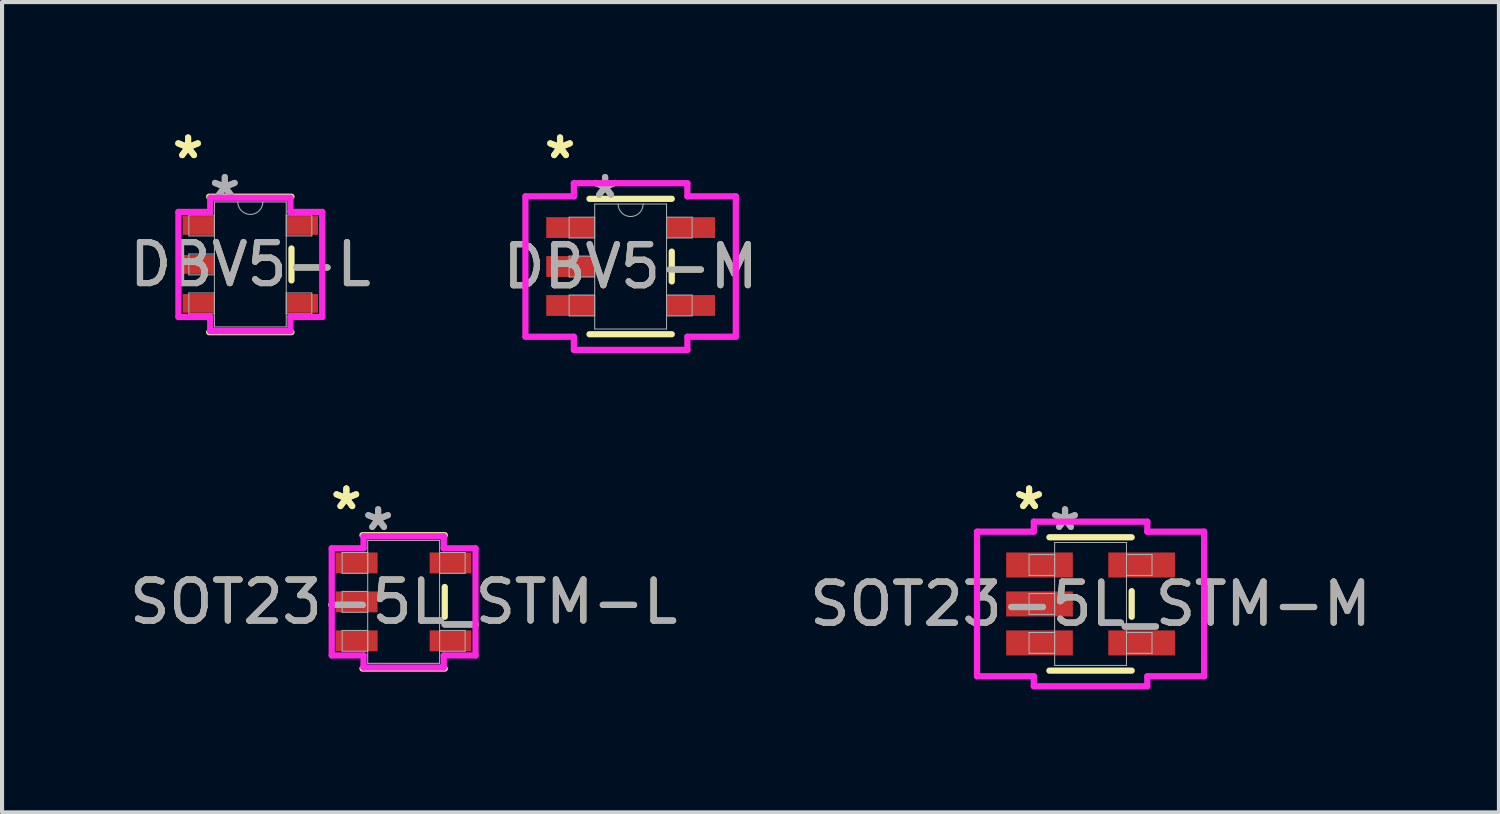
<source format=kicad_pcb>
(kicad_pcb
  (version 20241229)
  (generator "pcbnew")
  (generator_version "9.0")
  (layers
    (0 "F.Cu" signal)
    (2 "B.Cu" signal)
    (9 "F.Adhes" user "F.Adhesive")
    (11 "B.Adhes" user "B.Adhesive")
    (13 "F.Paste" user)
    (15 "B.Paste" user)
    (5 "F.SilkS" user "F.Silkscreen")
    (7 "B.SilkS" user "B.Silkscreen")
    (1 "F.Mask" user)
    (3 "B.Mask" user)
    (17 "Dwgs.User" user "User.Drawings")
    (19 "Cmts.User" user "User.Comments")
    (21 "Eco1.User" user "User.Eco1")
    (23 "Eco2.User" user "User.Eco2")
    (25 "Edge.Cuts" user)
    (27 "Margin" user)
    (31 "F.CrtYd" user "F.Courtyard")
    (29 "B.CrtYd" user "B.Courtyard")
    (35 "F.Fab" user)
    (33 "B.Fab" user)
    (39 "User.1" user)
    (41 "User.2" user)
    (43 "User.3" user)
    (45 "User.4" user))
  (footprint "DBV5-L"
    (layer "F.Cu")
    (at 3.054 3.398)
    (property "Reference" "DBV5-L" (at 0 0 0) (unlocked yes) (layer "F.SilkS") (effects (font (size 1 1) (thickness 0.15))))
    (attr smd)
    (fp_line (start -1.003 1.651) (end 1.003 1.651) (stroke (width 0.152) (type solid)) (layer "F.SilkS"))
    (fp_line (start 1.003 -1.651) (end -1.003 -1.651) (stroke (width 0.152) (type solid)) (layer "F.SilkS"))
    (fp_line (start 1.003 0.389) (end 1.003 -0.389) (stroke (width 0.152) (type solid)) (layer "F.SilkS"))
    (fp_line (start -1.753 -1.28) (end -0.978 -1.28) (stroke (width 0.152) (type solid)) (layer "F.CrtYd"))
    (fp_line (start -1.753 1.28) (end -1.753 -1.28) (stroke (width 0.152) (type solid)) (layer "F.CrtYd"))
    (fp_line (start -0.978 -1.626) (end 0.978 -1.626) (stroke (width 0.152) (type solid)) (layer "F.CrtYd"))
    (fp_line (start -0.978 -1.28) (end -0.978 -1.626) (stroke (width 0.152) (type solid)) (layer "F.CrtYd"))
    (fp_line (start -0.978 1.28) (end -1.753 1.28) (stroke (width 0.152) (type solid)) (layer "F.CrtYd"))
    (fp_line (start -0.978 1.626) (end -0.978 1.28) (stroke (width 0.152) (type solid)) (layer "F.CrtYd"))
    (fp_line (start 0.978 -1.626) (end 0.978 -1.28) (stroke (width 0.152) (type solid)) (layer "F.CrtYd"))
    (fp_line (start 0.978 -1.28) (end 1.753 -1.28) (stroke (width 0.152) (type solid)) (layer "F.CrtYd"))
    (fp_line (start 0.978 1.28) (end 0.978 1.626) (stroke (width 0.152) (type solid)) (layer "F.CrtYd"))
    (fp_line (start 0.978 1.626) (end -0.978 1.626) (stroke (width 0.152) (type solid)) (layer "F.CrtYd"))
    (fp_line (start 1.753 -1.28) (end 1.753 1.28) (stroke (width 0.152) (type solid)) (layer "F.CrtYd"))
    (fp_line (start 1.753 1.28) (end 0.978 1.28) (stroke (width 0.152) (type solid)) (layer "F.CrtYd"))
    (fp_line (start -1.499 -1.204) (end -1.499 -0.696) (stroke (width 0.025) (type solid)) (layer "F.Fab"))
    (fp_line (start -1.499 -0.696) (end -0.876 -0.696) (stroke (width 0.025) (type solid)) (layer "F.Fab"))
    (fp_line (start -1.499 -0.254) (end -1.499 0.254) (stroke (width 0.025) (type solid)) (layer "F.Fab"))
    (fp_line (start -1.499 0.254) (end -0.876 0.254) (stroke (width 0.025) (type solid)) (layer "F.Fab"))
    (fp_line (start -1.499 0.696) (end -1.499 1.204) (stroke (width 0.025) (type solid)) (layer "F.Fab"))
    (fp_line (start -1.499 1.204) (end -0.876 1.204) (stroke (width 0.025) (type solid)) (layer "F.Fab"))
    (fp_line (start -0.876 -1.524) (end -0.876 1.524) (stroke (width 0.025) (type solid)) (layer "F.Fab"))
    (fp_line (start -0.876 -1.204) (end -1.499 -1.204) (stroke (width 0.025) (type solid)) (layer "F.Fab"))
    (fp_line (start -0.876 -0.696) (end -0.876 -1.204) (stroke (width 0.025) (type solid)) (layer "F.Fab"))
    (fp_line (start -0.876 -0.254) (end -1.499 -0.254) (stroke (width 0.025) (type solid)) (layer "F.Fab"))
    (fp_line (start -0.876 0.254) (end -0.876 -0.254) (stroke (width 0.025) (type solid)) (layer "F.Fab"))
    (fp_line (start -0.876 0.696) (end -1.499 0.696) (stroke (width 0.025) (type solid)) (layer "F.Fab"))
    (fp_line (start -0.876 1.204) (end -0.876 0.696) (stroke (width 0.025) (type solid)) (layer "F.Fab"))
    (fp_line (start -0.876 1.524) (end 0.876 1.524) (stroke (width 0.025) (type solid)) (layer "F.Fab"))
    (fp_line (start 0.876 -1.524) (end -0.876 -1.524) (stroke (width 0.025) (type solid)) (layer "F.Fab"))
    (fp_line (start 0.876 -1.204) (end 0.876 -0.696) (stroke (width 0.025) (type solid)) (layer "F.Fab"))
    (fp_line (start 0.876 -0.696) (end 1.499 -0.696) (stroke (width 0.025) (type solid)) (layer "F.Fab"))
    (fp_line (start 0.876 0.696) (end 0.876 1.204) (stroke (width 0.025) (type solid)) (layer "F.Fab"))
    (fp_line (start 0.876 1.204) (end 1.499 1.204) (stroke (width 0.025) (type solid)) (layer "F.Fab"))
    (fp_line (start 0.876 1.524) (end 0.876 -1.524) (stroke (width 0.025) (type solid)) (layer "F.Fab"))
    (fp_line (start 1.499 -1.204) (end 0.876 -1.204) (stroke (width 0.025) (type solid)) (layer "F.Fab"))
    (fp_line (start 1.499 -0.696) (end 1.499 -1.204) (stroke (width 0.025) (type solid)) (layer "F.Fab"))
    (fp_line (start 1.499 0.696) (end 0.876 0.696) (stroke (width 0.025) (type solid)) (layer "F.Fab"))
    (fp_line (start 1.499 1.204) (end 1.499 0.696) (stroke (width 0.025) (type solid)) (layer "F.Fab"))
    (fp_arc (start 0.3048 -1.524) (mid 0 -1.2192) (end -0.3048 -1.524) (stroke (width 0.0254) (type solid)) (layer "F.Fab"))
    (fp_text user "*" (at -1.518 -2.55 0) (layer "F.SilkS") (effects (font (size 1 1) (thickness 0.15))))
    (fp_text user "*" (at -1.518 -2.55 0) (unlocked yes) (layer "F.SilkS") (effects (font (size 1 1) (thickness 0.15))))
    (fp_text user "*" (at -0.622 -1.585 0) (unlocked yes) (layer "F.Fab") (effects (font (size 1 1) (thickness 0.15))))
    (fp_text user "${REFERENCE}" (at 0 0 0) (unlocked yes) (layer "F.Fab") (effects (font (size 1 1) (thickness 0.15))))
    (fp_text user "*" (at -0.622 -1.585 0) (layer "F.Fab") (effects (font (size 1 1) (thickness 0.15))))
    (pad "1" smd rect (at -1.264 -0.95) (size 0.775 0.457) (layers "F.Cu" "F.Mask" "F.Paste"))
    (pad "2" smd rect (at -1.264 0) (size 0.775 0.457) (layers "F.Cu" "F.Mask" "F.Paste"))
    (pad "3" smd rect (at -1.264 0.95) (size 0.775 0.457) (layers "F.Cu" "F.Mask" "F.Paste"))
    (pad "4" smd rect (at 1.264 0.95) (size 0.775 0.457) (layers "F.Cu" "F.Mask" "F.Paste"))
    (pad "5" smd rect (at 1.264 -0.95) (size 0.775 0.457) (layers "F.Cu" "F.Mask" "F.Paste")))
  (footprint "SOT23-5L_STM-L"
    (layer "F.Cu")
    (at 6.792 11.626)
    (property "Reference" "SOT23-5L_STM-L" (at 0 0 0) (unlocked yes) (layer "F.SilkS") (effects (font (size 1 1) (thickness 0.15))))
    (attr smd)
    (fp_line (start -1.003 1.626) (end 1.003 1.626) (stroke (width 0.152) (type solid)) (layer "F.SilkS"))
    (fp_line (start 1.003 -1.626) (end -1.003 -1.626) (stroke (width 0.152) (type solid)) (layer "F.SilkS"))
    (fp_line (start 1.003 0.363) (end 1.003 -0.363) (stroke (width 0.152) (type solid)) (layer "F.SilkS"))
    (fp_line (start -1.753 -1.306) (end -0.978 -1.306) (stroke (width 0.152) (type solid)) (layer "F.CrtYd"))
    (fp_line (start -1.753 1.306) (end -1.753 -1.306) (stroke (width 0.152) (type solid)) (layer "F.CrtYd"))
    (fp_line (start -0.978 -1.6) (end 0.978 -1.6) (stroke (width 0.152) (type solid)) (layer "F.CrtYd"))
    (fp_line (start -0.978 -1.306) (end -0.978 -1.6) (stroke (width 0.152) (type solid)) (layer "F.CrtYd"))
    (fp_line (start -0.978 1.306) (end -1.753 1.306) (stroke (width 0.152) (type solid)) (layer "F.CrtYd"))
    (fp_line (start -0.978 1.6) (end -0.978 1.306) (stroke (width 0.152) (type solid)) (layer "F.CrtYd"))
    (fp_line (start 0.978 -1.6) (end 0.978 -1.306) (stroke (width 0.152) (type solid)) (layer "F.CrtYd"))
    (fp_line (start 0.978 -1.306) (end 1.753 -1.306) (stroke (width 0.152) (type solid)) (layer "F.CrtYd"))
    (fp_line (start 0.978 1.306) (end 0.978 1.6) (stroke (width 0.152) (type solid)) (layer "F.CrtYd"))
    (fp_line (start 0.978 1.6) (end -0.978 1.6) (stroke (width 0.152) (type solid)) (layer "F.CrtYd"))
    (fp_line (start 1.753 -1.306) (end 1.753 1.306) (stroke (width 0.152) (type solid)) (layer "F.CrtYd"))
    (fp_line (start 1.753 1.306) (end 0.978 1.306) (stroke (width 0.152) (type solid)) (layer "F.CrtYd"))
    (fp_line (start -1.499 -1.204) (end -1.499 -0.696) (stroke (width 0.025) (type solid)) (layer "F.Fab"))
    (fp_line (start -1.499 -0.696) (end -0.876 -0.696) (stroke (width 0.025) (type solid)) (layer "F.Fab"))
    (fp_line (start -1.499 -0.254) (end -1.499 0.254) (stroke (width 0.025) (type solid)) (layer "F.Fab"))
    (fp_line (start -1.499 0.254) (end -0.876 0.254) (stroke (width 0.025) (type solid)) (layer "F.Fab"))
    (fp_line (start -1.499 0.696) (end -1.499 1.204) (stroke (width 0.025) (type solid)) (layer "F.Fab"))
    (fp_line (start -1.499 1.204) (end -0.876 1.204) (stroke (width 0.025) (type solid)) (layer "F.Fab"))
    (fp_line (start -0.876 -1.499) (end -0.876 1.499) (stroke (width 0.025) (type solid)) (layer "F.Fab"))
    (fp_line (start -0.876 -1.204) (end -1.499 -1.204) (stroke (width 0.025) (type solid)) (layer "F.Fab"))
    (fp_line (start -0.876 -0.696) (end -0.876 -1.204) (stroke (width 0.025) (type solid)) (layer "F.Fab"))
    (fp_line (start -0.876 -0.254) (end -1.499 -0.254) (stroke (width 0.025) (type solid)) (layer "F.Fab"))
    (fp_line (start -0.876 0.254) (end -0.876 -0.254) (stroke (width 0.025) (type solid)) (layer "F.Fab"))
    (fp_line (start -0.876 0.696) (end -1.499 0.696) (stroke (width 0.025) (type solid)) (layer "F.Fab"))
    (fp_line (start -0.876 1.204) (end -0.876 0.696) (stroke (width 0.025) (type solid)) (layer "F.Fab"))
    (fp_line (start -0.876 1.499) (end 0.876 1.499) (stroke (width 0.025) (type solid)) (layer "F.Fab"))
    (fp_line (start 0.876 -1.499) (end -0.876 -1.499) (stroke (width 0.025) (type solid)) (layer "F.Fab"))
    (fp_line (start 0.876 -1.204) (end 0.876 -0.696) (stroke (width 0.025) (type solid)) (layer "F.Fab"))
    (fp_line (start 0.876 -0.696) (end 1.499 -0.696) (stroke (width 0.025) (type solid)) (layer "F.Fab"))
    (fp_line (start 0.876 0.696) (end 0.876 1.204) (stroke (width 0.025) (type solid)) (layer "F.Fab"))
    (fp_line (start 0.876 1.204) (end 1.499 1.204) (stroke (width 0.025) (type solid)) (layer "F.Fab"))
    (fp_line (start 0.876 1.499) (end 0.876 -1.499) (stroke (width 0.025) (type solid)) (layer "F.Fab"))
    (fp_line (start 1.499 -1.204) (end 0.876 -1.204) (stroke (width 0.025) (type solid)) (layer "F.Fab"))
    (fp_line (start 1.499 -0.696) (end 1.499 -1.204) (stroke (width 0.025) (type solid)) (layer "F.Fab"))
    (fp_line (start 1.499 0.696) (end 0.876 0.696) (stroke (width 0.025) (type solid)) (layer "F.Fab"))
    (fp_line (start 1.499 1.204) (end 1.499 0.696) (stroke (width 0.025) (type solid)) (layer "F.Fab"))
    (fp_text user "*" (at -1.397 -2.22 0) (layer "F.SilkS") (effects (font (size 1 1) (thickness 0.15))))
    (fp_text user "*" (at -1.397 -2.22 0) (unlocked yes) (layer "F.SilkS") (effects (font (size 1 1) (thickness 0.15))))
    (fp_text user "${REFERENCE}" (at 0 0 0) (unlocked yes) (layer "F.Fab") (effects (font (size 1 1) (thickness 0.15))))
    (fp_text user "*" (at -0.622 -1.712 0) (unlocked yes) (layer "F.Fab") (effects (font (size 1 1) (thickness 0.15))))
    (fp_text user "*" (at -0.622 -1.712 0) (layer "F.Fab") (effects (font (size 1 1) (thickness 0.15))))
    (pad "1" smd rect (at -1.143 -0.95) (size 1.016 0.508) (layers "F.Cu" "F.Mask" "F.Paste"))
    (pad "2" smd rect (at -1.143 0) (size 1.016 0.508) (layers "F.Cu" "F.Mask" "F.Paste"))
    (pad "3" smd rect (at -1.143 0.95) (size 1.016 0.508) (layers "F.Cu" "F.Mask" "F.Paste"))
    (pad "4" smd rect (at 1.143 0.95) (size 1.016 0.508) (layers "F.Cu" "F.Mask" "F.Paste"))
    (pad "5" smd rect (at 1.143 -0.95) (size 1.016 0.508) (layers "F.Cu" "F.Mask" "F.Paste")))
  (footprint "DBV5-M"
    (layer "F.Cu")
    (at 12.327 3.449)
    (property "Reference" "DBV5-M" (at 0 0 0) (unlocked yes) (layer "F.SilkS") (effects (font (size 1 1) (thickness 0.15))))
    (attr smd)
    (fp_line (start -1.003 1.651) (end 1.003 1.651) (stroke (width 0.152) (type solid)) (layer "F.SilkS"))
    (fp_line (start 1.003 -1.651) (end -1.003 -1.651) (stroke (width 0.152) (type solid)) (layer "F.SilkS"))
    (fp_line (start 1.003 0.363) (end 1.003 -0.363) (stroke (width 0.152) (type solid)) (layer "F.SilkS"))
    (fp_line (start -2.565 -1.712) (end -1.384 -1.712) (stroke (width 0.152) (type solid)) (layer "F.CrtYd"))
    (fp_line (start -2.565 1.712) (end -2.565 -1.712) (stroke (width 0.152) (type solid)) (layer "F.CrtYd"))
    (fp_line (start -1.384 -2.032) (end 1.384 -2.032) (stroke (width 0.152) (type solid)) (layer "F.CrtYd"))
    (fp_line (start -1.384 -1.712) (end -1.384 -2.032) (stroke (width 0.152) (type solid)) (layer "F.CrtYd"))
    (fp_line (start -1.384 1.712) (end -2.565 1.712) (stroke (width 0.152) (type solid)) (layer "F.CrtYd"))
    (fp_line (start -1.384 2.032) (end -1.384 1.712) (stroke (width 0.152) (type solid)) (layer "F.CrtYd"))
    (fp_line (start 1.384 -2.032) (end 1.384 -1.712) (stroke (width 0.152) (type solid)) (layer "F.CrtYd"))
    (fp_line (start 1.384 -1.712) (end 2.565 -1.712) (stroke (width 0.152) (type solid)) (layer "F.CrtYd"))
    (fp_line (start 1.384 1.712) (end 1.384 2.032) (stroke (width 0.152) (type solid)) (layer "F.CrtYd"))
    (fp_line (start 1.384 2.032) (end -1.384 2.032) (stroke (width 0.152) (type solid)) (layer "F.CrtYd"))
    (fp_line (start 2.565 -1.712) (end 2.565 1.712) (stroke (width 0.152) (type solid)) (layer "F.CrtYd"))
    (fp_line (start 2.565 1.712) (end 1.384 1.712) (stroke (width 0.152) (type solid)) (layer "F.CrtYd"))
    (fp_line (start -1.499 -1.204) (end -1.499 -0.696) (stroke (width 0.025) (type solid)) (layer "F.Fab"))
    (fp_line (start -1.499 -0.696) (end -0.876 -0.696) (stroke (width 0.025) (type solid)) (layer "F.Fab"))
    (fp_line (start -1.499 -0.254) (end -1.499 0.254) (stroke (width 0.025) (type solid)) (layer "F.Fab"))
    (fp_line (start -1.499 0.254) (end -0.876 0.254) (stroke (width 0.025) (type solid)) (layer "F.Fab"))
    (fp_line (start -1.499 0.696) (end -1.499 1.204) (stroke (width 0.025) (type solid)) (layer "F.Fab"))
    (fp_line (start -1.499 1.204) (end -0.876 1.204) (stroke (width 0.025) (type solid)) (layer "F.Fab"))
    (fp_line (start -0.876 -1.524) (end -0.876 1.524) (stroke (width 0.025) (type solid)) (layer "F.Fab"))
    (fp_line (start -0.876 -1.204) (end -1.499 -1.204) (stroke (width 0.025) (type solid)) (layer "F.Fab"))
    (fp_line (start -0.876 -0.696) (end -0.876 -1.204) (stroke (width 0.025) (type solid)) (layer "F.Fab"))
    (fp_line (start -0.876 -0.254) (end -1.499 -0.254) (stroke (width 0.025) (type solid)) (layer "F.Fab"))
    (fp_line (start -0.876 0.254) (end -0.876 -0.254) (stroke (width 0.025) (type solid)) (layer "F.Fab"))
    (fp_line (start -0.876 0.696) (end -1.499 0.696) (stroke (width 0.025) (type solid)) (layer "F.Fab"))
    (fp_line (start -0.876 1.204) (end -0.876 0.696) (stroke (width 0.025) (type solid)) (layer "F.Fab"))
    (fp_line (start -0.876 1.524) (end 0.876 1.524) (stroke (width 0.025) (type solid)) (layer "F.Fab"))
    (fp_line (start 0.876 -1.524) (end -0.876 -1.524) (stroke (width 0.025) (type solid)) (layer "F.Fab"))
    (fp_line (start 0.876 -1.204) (end 0.876 -0.696) (stroke (width 0.025) (type solid)) (layer "F.Fab"))
    (fp_line (start 0.876 -0.696) (end 1.499 -0.696) (stroke (width 0.025) (type solid)) (layer "F.Fab"))
    (fp_line (start 0.876 0.696) (end 0.876 1.204) (stroke (width 0.025) (type solid)) (layer "F.Fab"))
    (fp_line (start 0.876 1.204) (end 1.499 1.204) (stroke (width 0.025) (type solid)) (layer "F.Fab"))
    (fp_line (start 0.876 1.524) (end 0.876 -1.524) (stroke (width 0.025) (type solid)) (layer "F.Fab"))
    (fp_line (start 1.499 -1.204) (end 0.876 -1.204) (stroke (width 0.025) (type solid)) (layer "F.Fab"))
    (fp_line (start 1.499 -0.696) (end 1.499 -1.204) (stroke (width 0.025) (type solid)) (layer "F.Fab"))
    (fp_line (start 1.499 0.696) (end 0.876 0.696) (stroke (width 0.025) (type solid)) (layer "F.Fab"))
    (fp_line (start 1.499 1.204) (end 1.499 0.696) (stroke (width 0.025) (type solid)) (layer "F.Fab"))
    (fp_arc (start 0.3048 -1.524) (mid 0 -1.2192) (end -0.3048 -1.524) (stroke (width 0.0254) (type solid)) (layer "F.Fab"))
    (fp_text user "*" (at -1.721 -2.601 0) (layer "F.SilkS") (effects (font (size 1 1) (thickness 0.15))))
    (fp_text user "*" (at -1.721 -2.601 0) (unlocked yes) (layer "F.SilkS") (effects (font (size 1 1) (thickness 0.15))))
    (fp_text user "${REFERENCE}" (at 0 0 0) (unlocked yes) (layer "F.Fab") (effects (font (size 1 1) (thickness 0.15))))
    (fp_text user "*" (at -0.622 -1.636 0) (layer "F.Fab") (effects (font (size 1 1) (thickness 0.15))))
    (fp_text user "*" (at -0.622 -1.636 0) (unlocked yes) (layer "F.Fab") (effects (font (size 1 1) (thickness 0.15))))
    (pad "1" smd rect (at -1.467 -0.95) (size 1.181 0.508) (layers "F.Cu" "F.Mask" "F.Paste"))
    (pad "2" smd rect (at -1.467 0) (size 1.181 0.508) (layers "F.Cu" "F.Mask" "F.Paste"))
    (pad "3" smd rect (at -1.467 0.95) (size 1.181 0.508) (layers "F.Cu" "F.Mask" "F.Paste"))
    (pad "4" smd rect (at 1.467 0.95) (size 1.181 0.508) (layers "F.Cu" "F.Mask" "F.Paste"))
    (pad "5" smd rect (at 1.467 -0.95) (size 1.181 0.508) (layers "F.Cu" "F.Mask" "F.Paste")))
  (footprint "SOT23-5L_STM-M"
    (layer "F.Cu")
    (at 23.542 11.677)
    (property "Reference" "SOT23-5L_STM-M" (at 0 0 0) (unlocked yes) (layer "F.SilkS") (effects (font (size 1 1) (thickness 0.15))))
    (attr smd)
    (fp_line (start -1.003 1.626) (end 1.003 1.626) (stroke (width 0.152) (type solid)) (layer "F.SilkS"))
    (fp_line (start 1.003 -1.626) (end -1.003 -1.626) (stroke (width 0.152) (type solid)) (layer "F.SilkS"))
    (fp_line (start 1.003 0.312) (end 1.003 -0.312) (stroke (width 0.152) (type solid)) (layer "F.SilkS"))
    (fp_line (start -2.769 -1.763) (end -1.384 -1.763) (stroke (width 0.152) (type solid)) (layer "F.CrtYd"))
    (fp_line (start -2.769 1.763) (end -2.769 -1.763) (stroke (width 0.152) (type solid)) (layer "F.CrtYd"))
    (fp_line (start -1.384 -2.007) (end 1.384 -2.007) (stroke (width 0.152) (type solid)) (layer "F.CrtYd"))
    (fp_line (start -1.384 -1.763) (end -1.384 -2.007) (stroke (width 0.152) (type solid)) (layer "F.CrtYd"))
    (fp_line (start -1.384 1.763) (end -2.769 1.763) (stroke (width 0.152) (type solid)) (layer "F.CrtYd"))
    (fp_line (start -1.384 2.007) (end -1.384 1.763) (stroke (width 0.152) (type solid)) (layer "F.CrtYd"))
    (fp_line (start 1.384 -2.007) (end 1.384 -1.763) (stroke (width 0.152) (type solid)) (layer "F.CrtYd"))
    (fp_line (start 1.384 -1.763) (end 2.769 -1.763) (stroke (width 0.152) (type solid)) (layer "F.CrtYd"))
    (fp_line (start 1.384 1.763) (end 1.384 2.007) (stroke (width 0.152) (type solid)) (layer "F.CrtYd"))
    (fp_line (start 1.384 2.007) (end -1.384 2.007) (stroke (width 0.152) (type solid)) (layer "F.CrtYd"))
    (fp_line (start 2.769 -1.763) (end 2.769 1.763) (stroke (width 0.152) (type solid)) (layer "F.CrtYd"))
    (fp_line (start 2.769 1.763) (end 1.384 1.763) (stroke (width 0.152) (type solid)) (layer "F.CrtYd"))
    (fp_line (start -1.499 -1.204) (end -1.499 -0.696) (stroke (width 0.025) (type solid)) (layer "F.Fab"))
    (fp_line (start -1.499 -0.696) (end -0.876 -0.696) (stroke (width 0.025) (type solid)) (layer "F.Fab"))
    (fp_line (start -1.499 -0.254) (end -1.499 0.254) (stroke (width 0.025) (type solid)) (layer "F.Fab"))
    (fp_line (start -1.499 0.254) (end -0.876 0.254) (stroke (width 0.025) (type solid)) (layer "F.Fab"))
    (fp_line (start -1.499 0.696) (end -1.499 1.204) (stroke (width 0.025) (type solid)) (layer "F.Fab"))
    (fp_line (start -1.499 1.204) (end -0.876 1.204) (stroke (width 0.025) (type solid)) (layer "F.Fab"))
    (fp_line (start -0.876 -1.499) (end -0.876 1.499) (stroke (width 0.025) (type solid)) (layer "F.Fab"))
    (fp_line (start -0.876 -1.204) (end -1.499 -1.204) (stroke (width 0.025) (type solid)) (layer "F.Fab"))
    (fp_line (start -0.876 -0.696) (end -0.876 -1.204) (stroke (width 0.025) (type solid)) (layer "F.Fab"))
    (fp_line (start -0.876 -0.254) (end -1.499 -0.254) (stroke (width 0.025) (type solid)) (layer "F.Fab"))
    (fp_line (start -0.876 0.254) (end -0.876 -0.254) (stroke (width 0.025) (type solid)) (layer "F.Fab"))
    (fp_line (start -0.876 0.696) (end -1.499 0.696) (stroke (width 0.025) (type solid)) (layer "F.Fab"))
    (fp_line (start -0.876 1.204) (end -0.876 0.696) (stroke (width 0.025) (type solid)) (layer "F.Fab"))
    (fp_line (start -0.876 1.499) (end 0.876 1.499) (stroke (width 0.025) (type solid)) (layer "F.Fab"))
    (fp_line (start 0.876 -1.499) (end -0.876 -1.499) (stroke (width 0.025) (type solid)) (layer "F.Fab"))
    (fp_line (start 0.876 -1.204) (end 0.876 -0.696) (stroke (width 0.025) (type solid)) (layer "F.Fab"))
    (fp_line (start 0.876 -0.696) (end 1.499 -0.696) (stroke (width 0.025) (type solid)) (layer "F.Fab"))
    (fp_line (start 0.876 0.696) (end 0.876 1.204) (stroke (width 0.025) (type solid)) (layer "F.Fab"))
    (fp_line (start 0.876 1.204) (end 1.499 1.204) (stroke (width 0.025) (type solid)) (layer "F.Fab"))
    (fp_line (start 0.876 1.499) (end 0.876 -1.499) (stroke (width 0.025) (type solid)) (layer "F.Fab"))
    (fp_line (start 1.499 -1.204) (end 0.876 -1.204) (stroke (width 0.025) (type solid)) (layer "F.Fab"))
    (fp_line (start 1.499 -0.696) (end 1.499 -1.204) (stroke (width 0.025) (type solid)) (layer "F.Fab"))
    (fp_line (start 1.499 0.696) (end 0.876 0.696) (stroke (width 0.025) (type solid)) (layer "F.Fab"))
    (fp_line (start 1.499 1.204) (end 1.499 0.696) (stroke (width 0.025) (type solid)) (layer "F.Fab"))
    (fp_text user "*" (at -1.499 -2.271 0) (layer "F.SilkS") (effects (font (size 1 1) (thickness 0.15))))
    (fp_text user "*" (at -1.499 -2.271 0) (unlocked yes) (layer "F.SilkS") (effects (font (size 1 1) (thickness 0.15))))
    (fp_text user "${REFERENCE}" (at 0 0 0) (unlocked yes) (layer "F.Fab") (effects (font (size 1 1) (thickness 0.15))))
    (fp_text user "*" (at -0.622 -1.763 0) (unlocked yes) (layer "F.Fab") (effects (font (size 1 1) (thickness 0.15))))
    (fp_text user "*" (at -0.622 -1.763 0) (layer "F.Fab") (effects (font (size 1 1) (thickness 0.15))))
    (pad "1" smd rect (at -1.245 -0.95) (size 1.626 0.61) (layers "F.Cu" "F.Mask" "F.Paste"))
    (pad "2" smd rect (at -1.245 0) (size 1.626 0.61) (layers "F.Cu" "F.Mask" "F.Paste"))
    (pad "3" smd rect (at -1.245 0.95) (size 1.626 0.61) (layers "F.Cu" "F.Mask" "F.Paste"))
    (pad "4" smd rect (at 1.245 0.95) (size 1.626 0.61) (layers "F.Cu" "F.Mask" "F.Paste"))
    (pad "5" smd rect (at 1.245 -0.95) (size 1.626 0.61) (layers "F.Cu" "F.Mask" "F.Paste")))
  (gr_rect
    (start -3 -3)
    (end 33.5 16.759)
    (stroke (width 0.1) (type default))
    (fill no)
    (layer "Edge.Cuts")))
</source>
